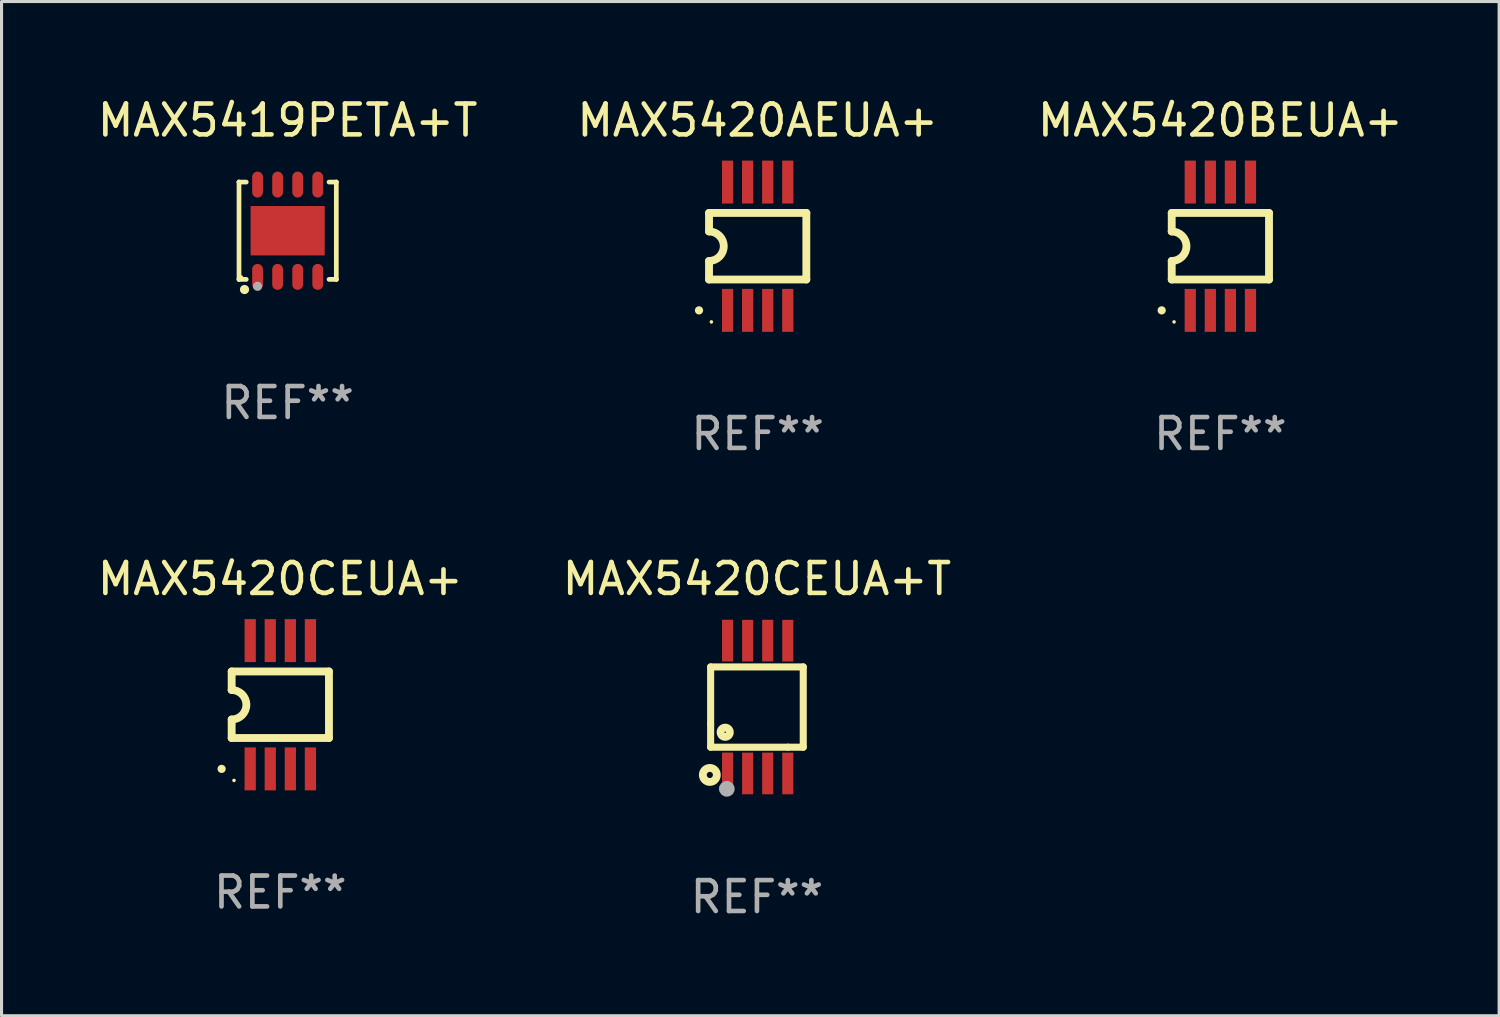
<source format=kicad_pcb>
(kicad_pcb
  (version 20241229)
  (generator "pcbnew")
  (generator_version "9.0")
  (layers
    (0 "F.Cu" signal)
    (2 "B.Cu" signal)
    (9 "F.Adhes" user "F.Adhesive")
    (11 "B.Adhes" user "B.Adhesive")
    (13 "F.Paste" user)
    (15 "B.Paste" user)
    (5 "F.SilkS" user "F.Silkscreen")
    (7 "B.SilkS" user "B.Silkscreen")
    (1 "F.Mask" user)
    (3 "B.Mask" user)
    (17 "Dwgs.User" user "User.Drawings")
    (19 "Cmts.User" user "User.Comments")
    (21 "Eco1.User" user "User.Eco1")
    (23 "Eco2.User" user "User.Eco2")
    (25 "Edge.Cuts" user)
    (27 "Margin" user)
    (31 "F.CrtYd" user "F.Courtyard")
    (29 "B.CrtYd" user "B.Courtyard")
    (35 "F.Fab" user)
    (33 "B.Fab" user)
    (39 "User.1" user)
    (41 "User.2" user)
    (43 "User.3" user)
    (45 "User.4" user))
  (footprint "MAX5419PETA+T"
    (layer "F.Cu")
    (at 6.268 4.424)
    (property "Reference" "MAX5419PETA+T" (at 0 -3.576 0) (layer "F.SilkS") (effects (font (size 1 1) (thickness 0.15))))
    (attr through_hole)
    (fp_line (start -1.576 -1.576) (end -1.576 -1.576) (stroke (width 0.152) (type solid)) (layer "F.SilkS"))
    (fp_line (start -1.576 -1.576) (end -1.341 -1.576) (stroke (width 0.152) (type solid)) (layer "F.SilkS"))
    (fp_line (start -1.576 1.576) (end -1.576 -1.576) (stroke (width 0.152) (type solid)) (layer "F.SilkS"))
    (fp_line (start -1.576 1.576) (end -1.576 1.576) (stroke (width 0.152) (type solid)) (layer "F.SilkS"))
    (fp_line (start -1.341 1.576) (end -1.576 1.576) (stroke (width 0.152) (type solid)) (layer "F.SilkS"))
    (fp_line (start 1.341 1.576) (end 1.576 1.576) (stroke (width 0.152) (type solid)) (layer "F.SilkS"))
    (fp_line (start 1.576 -1.576) (end 1.341 -1.576) (stroke (width 0.152) (type solid)) (layer "F.SilkS"))
    (fp_line (start 1.576 -1.576) (end 1.576 -1.576) (stroke (width 0.152) (type solid)) (layer "F.SilkS"))
    (fp_line (start 1.576 1.576) (end 1.576 -1.576) (stroke (width 0.152) (type solid)) (layer "F.SilkS"))
    (fp_line (start 1.576 1.576) (end 1.576 1.576) (stroke (width 0.152) (type solid)) (layer "F.SilkS"))
    (fp_circle (center -1.5 1.5) (end -1.47 1.5) (stroke (width 0.06) (type solid)) (fill no) (layer "F.SilkS"))
    (fp_circle (center -1.397 1.905) (end -1.322 1.905) (stroke (width 0.15) (type solid)) (fill no) (layer "F.SilkS"))
    (fp_circle (center -0.975 1.8) (end -0.9 1.8) (stroke (width 0.15) (type solid)) (fill no) (layer "F.Fab"))
    (fp_text user "REF**" (at 0 5.576 0) (layer "F.Fab") (effects (font (size 1 1) (thickness 0.15))))
    (pad "1" smd oval (at -0.975 1.495) (size 0.35 0.84) (layers "F.Cu" "F.Mask" "F.Paste"))
    (pad "2" smd oval (at -0.325 1.495) (size 0.35 0.84) (layers "F.Cu" "F.Mask" "F.Paste"))
    (pad "3" smd oval (at 0.325 1.495) (size 0.35 0.84) (layers "F.Cu" "F.Mask" "F.Paste"))
    (pad "4" smd oval (at 0.975 1.495) (size 0.35 0.84) (layers "F.Cu" "F.Mask" "F.Paste"))
    (pad "5" smd oval (at 0.975 -1.495) (size 0.35 0.84) (layers "F.Cu" "F.Mask" "F.Paste"))
    (pad "6" smd oval (at 0.325 -1.495) (size 0.35 0.84) (layers "F.Cu" "F.Mask" "F.Paste"))
    (pad "7" smd oval (at -0.325 -1.495) (size 0.35 0.84) (layers "F.Cu" "F.Mask" "F.Paste"))
    (pad "8" smd oval (at -0.975 -1.495) (size 0.35 0.84) (layers "F.Cu" "F.Mask" "F.Paste"))
    (pad "9" smd rect (at 0 0) (size 2.4 1.6) (layers "F.Cu" "F.Mask" "F.Paste")))
  (footprint "MAX5420BEUA+"
    (layer "F.Cu")
    (at 36.482 4.926)
    (property "Reference" "MAX5420BEUA+" (at 0 -4.078 0) (layer "F.SilkS") (effects (font (size 1 1) (thickness 0.15))))
    (attr through_hole)
    (fp_line (start -1.576 -1.078) (end -1.576 -0.478) (stroke (width 0.254) (type solid)) (layer "F.SilkS"))
    (fp_line (start -1.576 -1.078) (end 1.576 -1.078) (stroke (width 0.254) (type solid)) (layer "F.SilkS"))
    (fp_line (start -1.576 1.078) (end -1.576 0.478) (stroke (width 0.254) (type solid)) (layer "F.SilkS"))
    (fp_line (start 1.576 -1.078) (end 1.576 1.078) (stroke (width 0.254) (type solid)) (layer "F.SilkS"))
    (fp_line (start 1.576 1.078) (end -1.576 1.078) (stroke (width 0.254) (type solid)) (layer "F.SilkS"))
    (fp_arc (start -1.577343 -0.47752) (mid -1.099721 -0.000481) (end -1.5762 0.477699) (stroke (width 0.254001) (type solid)) (layer "F.SilkS"))
    (fp_circle (center -1.901 2.078) (end -1.834 2.078) (stroke (width 0.134) (type solid)) (fill no) (layer "F.SilkS"))
    (fp_circle (center -1.5 2.452) (end -1.47 2.452) (stroke (width 0.06) (type solid)) (fill no) (layer "F.SilkS"))
    (fp_text user "REF**" (at 0 6.078 0) (layer "F.Fab") (effects (font (size 1 1) (thickness 0.15))))
    (pad "1" smd rect (at -0.975 2.078) (size 0.364 1.391) (layers "F.Cu" "F.Mask" "F.Paste"))
    (pad "2" smd rect (at -0.325 2.078) (size 0.364 1.391) (layers "F.Cu" "F.Mask" "F.Paste"))
    (pad "3" smd rect (at 0.325 2.078) (size 0.364 1.391) (layers "F.Cu" "F.Mask" "F.Paste"))
    (pad "4" smd rect (at 0.975 2.078) (size 0.364 1.391) (layers "F.Cu" "F.Mask" "F.Paste"))
    (pad "5" smd rect (at 0.975 -2.078) (size 0.364 1.391) (layers "F.Cu" "F.Mask" "F.Paste"))
    (pad "6" smd rect (at 0.325 -2.078) (size 0.364 1.391) (layers "F.Cu" "F.Mask" "F.Paste"))
    (pad "7" smd rect (at -0.325 -2.078) (size 0.364 1.391) (layers "F.Cu" "F.Mask" "F.Paste"))
    (pad "8" smd rect (at -0.975 -2.078) (size 0.364 1.391) (layers "F.Cu" "F.Mask" "F.Paste")))
  (footprint "MAX5420CEUA+T"
    (layer "F.Cu")
    (at 21.47 19.853)
    (property "Reference" "MAX5420CEUA+T" (at 0 -4.152 0) (layer "F.SilkS") (effects (font (size 1 1) (thickness 0.15))))
    (attr through_hole)
    (fp_line (start -1.5 1.301) (end 1 1.301) (stroke (width 0.229) (type solid)) (layer "F.SilkS"))
    (fp_line (start -1.5 -1.299) (end -1.5 0.551) (stroke (width 0.229) (type solid)) (layer "F.SilkS"))
    (fp_line (start -1.5 0.551) (end -1.5 1.301) (stroke (width 0.229) (type solid)) (layer "F.SilkS"))
    (fp_line (start 1 1.301) (end 1.5 1.301) (stroke (width 0.229) (type solid)) (layer "F.SilkS"))
    (fp_line (start 1.5 1.301) (end 1.5 -1.299) (stroke (width 0.229) (type solid)) (layer "F.SilkS"))
    (fp_line (start 1.5 -1.299) (end -1.5 -1.299) (stroke (width 0.229) (type solid)) (layer "F.SilkS"))
    (fp_circle (center -1.526 2.2) (end -1.426 2.2) (stroke (width 0.254) (type solid)) (fill no) (layer "F.SilkS"))
    (fp_circle (center -1.476 2.45) (end -1.446 2.45) (stroke (width 0.06) (type solid)) (fill no) (layer "F.SilkS"))
    (fp_circle (center -1.028 0.817) (end -0.878 0.817) (stroke (width 0.254) (type solid)) (fill no) (layer "F.SilkS"))
    (fp_circle (center -0.976 2.65) (end -0.849 2.65) (stroke (width 0.254) (type solid)) (fill no) (layer "F.Fab"))
    (fp_text user "REF**" (at 0 6.152 0) (layer "F.Fab") (effects (font (size 1 1) (thickness 0.15))))
    (pad "1" smd rect (at -0.951 2.15) (size 0.36 1.35) (layers "F.Cu" "F.Mask" "F.Paste"))
    (pad "2" smd rect (at -0.301 2.152) (size 0.36 1.35) (layers "F.Cu" "F.Mask" "F.Paste"))
    (pad "3" smd rect (at 0.349 2.151) (size 0.36 1.35) (layers "F.Cu" "F.Mask" "F.Paste"))
    (pad "4" smd rect (at 0.999 2.152) (size 0.36 1.35) (layers "F.Cu" "F.Mask" "F.Paste"))
    (pad "5" smd rect (at 0.999 -2.149) (size 0.36 1.35) (layers "F.Cu" "F.Mask" "F.Paste"))
    (pad "6" smd rect (at 0.349 -2.152) (size 0.36 1.35) (layers "F.Cu" "F.Mask" "F.Paste"))
    (pad "7" smd rect (at -0.301 -2.149) (size 0.36 1.35) (layers "F.Cu" "F.Mask" "F.Paste"))
    (pad "8" smd rect (at -0.951 -2.152) (size 0.36 1.35) (layers "F.Cu" "F.Mask" "F.Paste")))
  (footprint "MAX5420CEUA+"
    (layer "F.Cu")
    (at 6.03 19.779)
    (property "Reference" "MAX5420CEUA+" (at 0 -4.078 0) (layer "F.SilkS") (effects (font (size 1 1) (thickness 0.15))))
    (attr through_hole)
    (fp_line (start -1.576 -1.078) (end -1.576 -0.478) (stroke (width 0.254) (type solid)) (layer "F.SilkS"))
    (fp_line (start -1.576 -1.078) (end 1.576 -1.078) (stroke (width 0.254) (type solid)) (layer "F.SilkS"))
    (fp_line (start -1.576 1.078) (end -1.576 0.478) (stroke (width 0.254) (type solid)) (layer "F.SilkS"))
    (fp_line (start 1.576 -1.078) (end 1.576 1.078) (stroke (width 0.254) (type solid)) (layer "F.SilkS"))
    (fp_line (start 1.576 1.078) (end -1.576 1.078) (stroke (width 0.254) (type solid)) (layer "F.SilkS"))
    (fp_arc (start -1.577343 -0.47752) (mid -1.099721 -0.000481) (end -1.5762 0.477699) (stroke (width 0.254001) (type solid)) (layer "F.SilkS"))
    (fp_circle (center -1.901 2.078) (end -1.834 2.078) (stroke (width 0.134) (type solid)) (fill no) (layer "F.SilkS"))
    (fp_circle (center -1.5 2.452) (end -1.47 2.452) (stroke (width 0.06) (type solid)) (fill no) (layer "F.SilkS"))
    (fp_text user "REF**" (at 0 6.078 0) (layer "F.Fab") (effects (font (size 1 1) (thickness 0.15))))
    (pad "1" smd rect (at -0.975 2.078) (size 0.364 1.391) (layers "F.Cu" "F.Mask" "F.Paste"))
    (pad "2" smd rect (at -0.325 2.078) (size 0.364 1.391) (layers "F.Cu" "F.Mask" "F.Paste"))
    (pad "3" smd rect (at 0.325 2.078) (size 0.364 1.391) (layers "F.Cu" "F.Mask" "F.Paste"))
    (pad "4" smd rect (at 0.975 2.078) (size 0.364 1.391) (layers "F.Cu" "F.Mask" "F.Paste"))
    (pad "5" smd rect (at 0.975 -2.078) (size 0.364 1.391) (layers "F.Cu" "F.Mask" "F.Paste"))
    (pad "6" smd rect (at 0.325 -2.078) (size 0.364 1.391) (layers "F.Cu" "F.Mask" "F.Paste"))
    (pad "7" smd rect (at -0.325 -2.078) (size 0.364 1.391) (layers "F.Cu" "F.Mask" "F.Paste"))
    (pad "8" smd rect (at -0.975 -2.078) (size 0.364 1.391) (layers "F.Cu" "F.Mask" "F.Paste")))
  (footprint "MAX5420AEUA+"
    (layer "F.Cu")
    (at 21.494 4.926)
    (property "Reference" "MAX5420AEUA+" (at 0 -4.078 0) (layer "F.SilkS") (effects (font (size 1 1) (thickness 0.15))))
    (attr through_hole)
    (fp_line (start -1.576 -1.078) (end -1.576 -0.478) (stroke (width 0.254) (type solid)) (layer "F.SilkS"))
    (fp_line (start -1.576 -1.078) (end 1.576 -1.078) (stroke (width 0.254) (type solid)) (layer "F.SilkS"))
    (fp_line (start -1.576 1.078) (end -1.576 0.478) (stroke (width 0.254) (type solid)) (layer "F.SilkS"))
    (fp_line (start 1.576 -1.078) (end 1.576 1.078) (stroke (width 0.254) (type solid)) (layer "F.SilkS"))
    (fp_line (start 1.576 1.078) (end -1.576 1.078) (stroke (width 0.254) (type solid)) (layer "F.SilkS"))
    (fp_arc (start -1.577343 -0.47752) (mid -1.099721 -0.000481) (end -1.5762 0.477699) (stroke (width 0.254001) (type solid)) (layer "F.SilkS"))
    (fp_circle (center -1.901 2.078) (end -1.834 2.078) (stroke (width 0.134) (type solid)) (fill no) (layer "F.SilkS"))
    (fp_circle (center -1.5 2.452) (end -1.47 2.452) (stroke (width 0.06) (type solid)) (fill no) (layer "F.SilkS"))
    (fp_text user "REF**" (at 0 6.078 0) (layer "F.Fab") (effects (font (size 1 1) (thickness 0.15))))
    (pad "1" smd rect (at -0.975 2.078) (size 0.364 1.391) (layers "F.Cu" "F.Mask" "F.Paste"))
    (pad "2" smd rect (at -0.325 2.078) (size 0.364 1.391) (layers "F.Cu" "F.Mask" "F.Paste"))
    (pad "3" smd rect (at 0.325 2.078) (size 0.364 1.391) (layers "F.Cu" "F.Mask" "F.Paste"))
    (pad "4" smd rect (at 0.975 2.078) (size 0.364 1.391) (layers "F.Cu" "F.Mask" "F.Paste"))
    (pad "5" smd rect (at 0.975 -2.078) (size 0.364 1.391) (layers "F.Cu" "F.Mask" "F.Paste"))
    (pad "6" smd rect (at 0.325 -2.078) (size 0.364 1.391) (layers "F.Cu" "F.Mask" "F.Paste"))
    (pad "7" smd rect (at -0.325 -2.078) (size 0.364 1.391) (layers "F.Cu" "F.Mask" "F.Paste"))
    (pad "8" smd rect (at -0.975 -2.078) (size 0.364 1.391) (layers "F.Cu" "F.Mask" "F.Paste")))
  (gr_rect
    (start -3 -3)
    (end 45.512 29.853)
    (stroke (width 0.1) (type default))
    (fill no)
    (layer "Edge.Cuts")))
</source>
